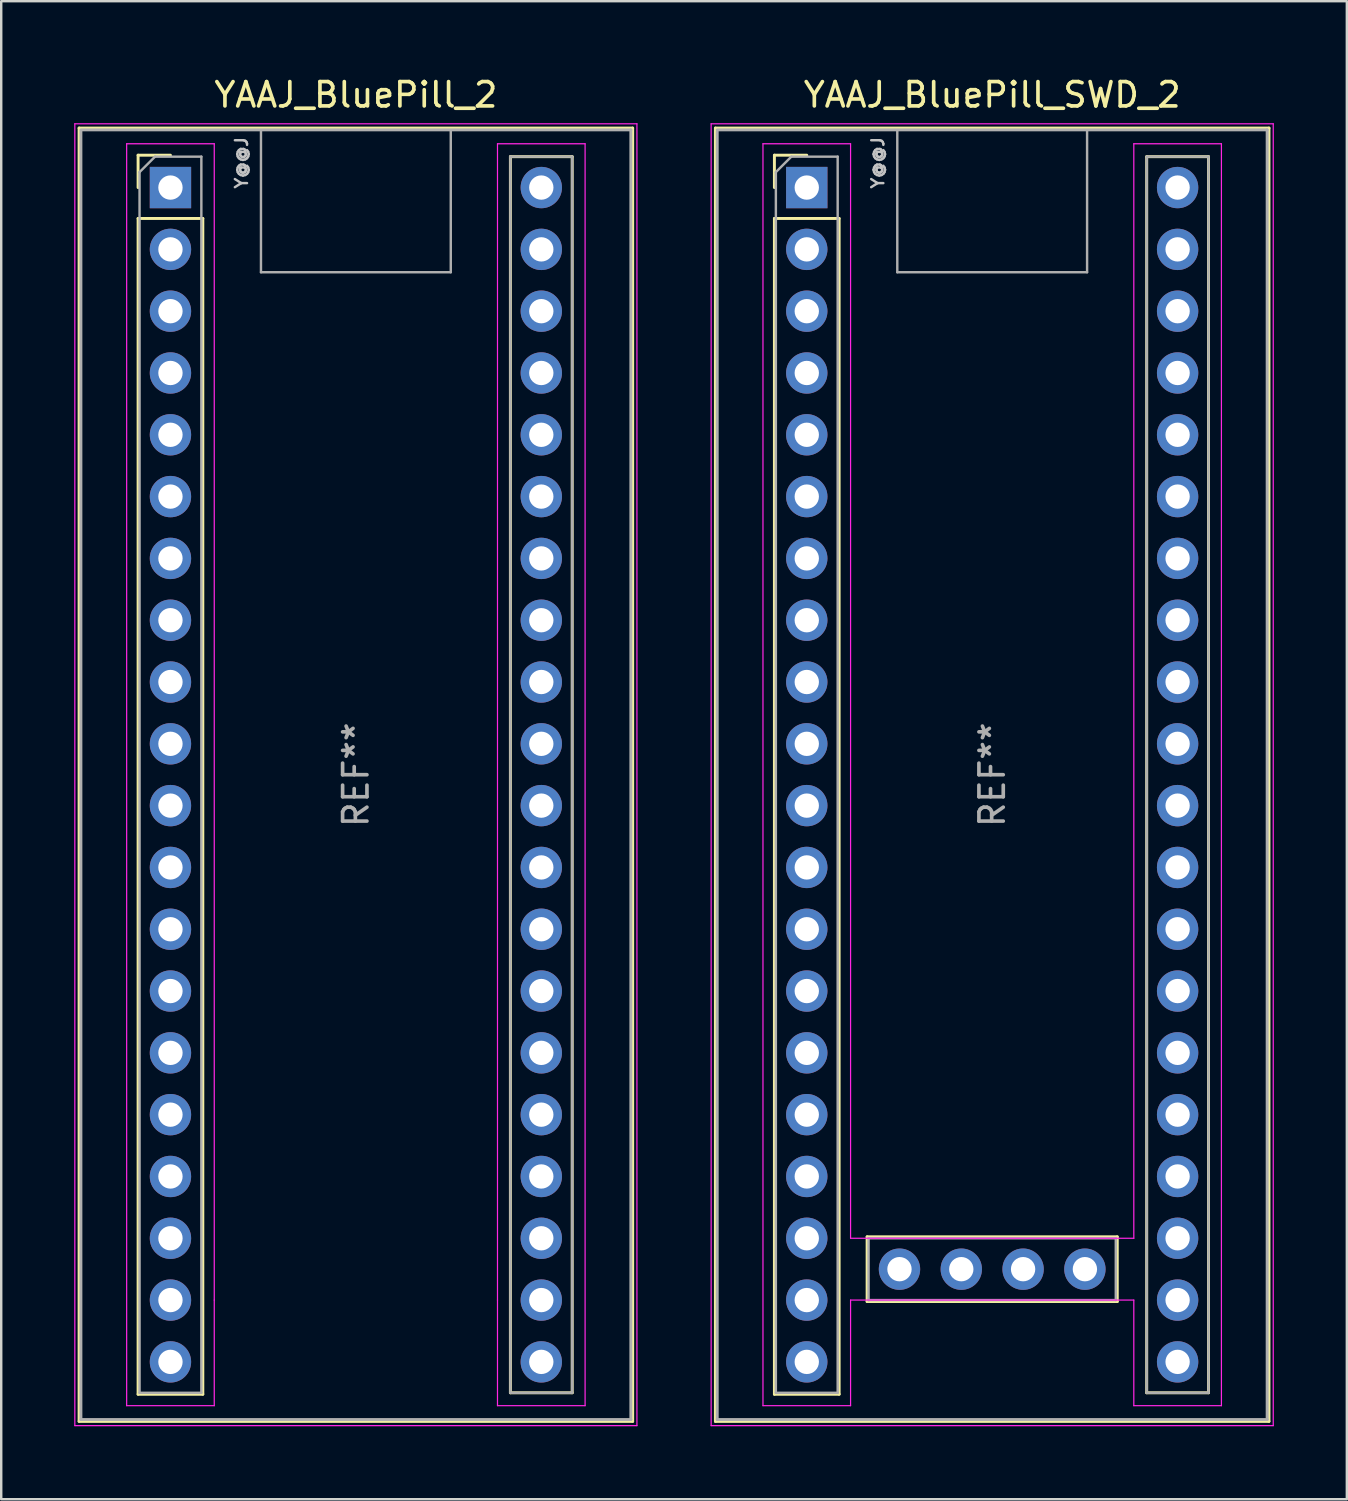
<source format=kicad_pcb>
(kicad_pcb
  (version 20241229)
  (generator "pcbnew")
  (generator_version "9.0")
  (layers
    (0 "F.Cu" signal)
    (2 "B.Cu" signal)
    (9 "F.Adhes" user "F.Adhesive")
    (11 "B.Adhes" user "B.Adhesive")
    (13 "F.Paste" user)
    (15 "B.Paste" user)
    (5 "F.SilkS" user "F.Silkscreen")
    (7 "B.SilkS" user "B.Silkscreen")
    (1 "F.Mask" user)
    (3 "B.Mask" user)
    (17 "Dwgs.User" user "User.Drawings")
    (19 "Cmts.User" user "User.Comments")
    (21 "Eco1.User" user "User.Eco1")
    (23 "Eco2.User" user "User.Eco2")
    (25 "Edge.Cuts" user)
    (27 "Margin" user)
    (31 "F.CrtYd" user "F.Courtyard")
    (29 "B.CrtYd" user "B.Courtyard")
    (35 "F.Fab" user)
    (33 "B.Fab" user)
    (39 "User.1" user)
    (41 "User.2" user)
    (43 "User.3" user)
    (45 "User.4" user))
  (footprint "YAAJ_BluePill_SWD_2"
    (layer "F.Cu")
    (at 30.105 4.658)
    (property "Reference" "YAAJ_BluePill_SWD_2" (at 7.62 -3.81 0) (layer "F.SilkS") (effects (font (size 1 1) (thickness 0.15))))
    (attr through_hole)
    (fp_line (start -3.755 -2.445) (end 18.995 -2.445) (stroke (width 0.12) (type solid)) (layer "F.SilkS"))
    (fp_line (start -3.755 50.705) (end -3.755 -2.445) (stroke (width 0.12) (type solid)) (layer "F.SilkS"))
    (fp_line (start -1.33 -1.33) (end 0 -1.33) (stroke (width 0.12) (type solid)) (layer "F.SilkS"))
    (fp_line (start -1.33 0) (end -1.33 -1.33) (stroke (width 0.12) (type solid)) (layer "F.SilkS"))
    (fp_line (start -1.33 1.27) (end 1.33 1.27) (stroke (width 0.12) (type solid)) (layer "F.SilkS"))
    (fp_line (start -1.33 49.59) (end -1.33 1.27) (stroke (width 0.12) (type solid)) (layer "F.SilkS"))
    (fp_line (start 1.33 1.27) (end 1.33 49.59) (stroke (width 0.12) (type solid)) (layer "F.SilkS"))
    (fp_line (start 1.33 49.59) (end -1.33 49.59) (stroke (width 0.12) (type solid)) (layer "F.SilkS"))
    (fp_line (start 2.48 43.12) (end 2.48 45.78) (stroke (width 0.12) (type solid)) (layer "F.SilkS"))
    (fp_line (start 2.48 45.78) (end 12.76 45.78) (stroke (width 0.12) (type solid)) (layer "F.SilkS"))
    (fp_line (start 12.76 43.12) (end 2.48 43.12) (stroke (width 0.12) (type solid)) (layer "F.SilkS"))
    (fp_line (start 12.76 45.78) (end 12.76 43.12) (stroke (width 0.12) (type solid)) (layer "F.SilkS"))
    (fp_line (start 13.97 -1.27) (end 16.51 -1.27) (stroke (width 0.12) (type solid)) (layer "F.SilkS"))
    (fp_line (start 13.97 49.53) (end 13.97 -1.27) (stroke (width 0.12) (type solid)) (layer "F.SilkS"))
    (fp_line (start 16.51 -1.27) (end 16.51 49.53) (stroke (width 0.12) (type solid)) (layer "F.SilkS"))
    (fp_line (start 16.51 49.53) (end 13.97 49.53) (stroke (width 0.12) (type solid)) (layer "F.SilkS"))
    (fp_line (start 18.995 -2.445) (end 18.995 50.705) (stroke (width 0.12) (type solid)) (layer "F.SilkS"))
    (fp_line (start 18.995 50.705) (end -3.755 50.705) (stroke (width 0.12) (type solid)) (layer "F.SilkS"))
    (fp_line (start -3.93 -2.62) (end 19.17 -2.62) (stroke (width 0.05) (type solid)) (layer "F.CrtYd"))
    (fp_line (start -3.93 50.88) (end -3.93 -2.62) (stroke (width 0.05) (type solid)) (layer "F.CrtYd"))
    (fp_line (start -1.8 -1.8) (end -1.8 50.06) (stroke (width 0.05) (type solid)) (layer "F.CrtYd"))
    (fp_line (start -1.8 50.06) (end 1.8 50.06) (stroke (width 0.05) (type solid)) (layer "F.CrtYd"))
    (fp_line (start 1.8 -1.8) (end -1.8 -1.8) (stroke (width 0.05) (type solid)) (layer "F.CrtYd"))
    (fp_line (start 1.8 -1.8) (end 1.8 43.18) (stroke (width 0.05) (type solid)) (layer "F.CrtYd"))
    (fp_line (start 1.8 43.18) (end 13.44 43.18) (stroke (width 0.05) (type solid)) (layer "F.CrtYd"))
    (fp_line (start 1.8 45.72) (end 1.8 50.06) (stroke (width 0.05) (type solid)) (layer "F.CrtYd"))
    (fp_line (start 13.44 -1.8) (end 13.44 43.18) (stroke (width 0.05) (type solid)) (layer "F.CrtYd"))
    (fp_line (start 13.44 -1.8) (end 17.04 -1.8) (stroke (width 0.05) (type solid)) (layer "F.CrtYd"))
    (fp_line (start 13.44 45.72) (end 1.8 45.72) (stroke (width 0.05) (type solid)) (layer "F.CrtYd"))
    (fp_line (start 13.44 45.72) (end 13.44 50.06) (stroke (width 0.05) (type solid)) (layer "F.CrtYd"))
    (fp_line (start 17.04 -1.8) (end 17.04 50.06) (stroke (width 0.05) (type solid)) (layer "F.CrtYd"))
    (fp_line (start 17.04 50.06) (end 13.44 50.06) (stroke (width 0.05) (type solid)) (layer "F.CrtYd"))
    (fp_line (start 19.17 -2.62) (end 19.17 50.88) (stroke (width 0.05) (type solid)) (layer "F.CrtYd"))
    (fp_line (start 19.17 50.88) (end -3.93 50.88) (stroke (width 0.05) (type solid)) (layer "F.CrtYd"))
    (fp_line (start -3.68 -2.37) (end 18.92 -2.37) (stroke (width 0.12) (type solid)) (layer "F.Fab"))
    (fp_line (start -3.68 50.63) (end -3.68 -2.32) (stroke (width 0.12) (type solid)) (layer "F.Fab"))
    (fp_line (start -3.68 50.63) (end 18.92 50.63) (stroke (width 0.12) (type solid)) (layer "F.Fab"))
    (fp_line (start -1.27 -0.635) (end -0.635 -1.27) (stroke (width 0.1) (type solid)) (layer "F.Fab"))
    (fp_line (start -1.27 49.53) (end -1.27 -0.635) (stroke (width 0.1) (type solid)) (layer "F.Fab"))
    (fp_line (start -0.635 -1.27) (end 1.27 -1.27) (stroke (width 0.1) (type solid)) (layer "F.Fab"))
    (fp_line (start 1.27 -1.27) (end 1.27 49.53) (stroke (width 0.1) (type solid)) (layer "F.Fab"))
    (fp_line (start 1.27 49.53) (end -1.27 49.53) (stroke (width 0.1) (type solid)) (layer "F.Fab"))
    (fp_line (start 2.54 43.18) (end 12.7 43.18) (stroke (width 0.1) (type solid)) (layer "F.Fab"))
    (fp_line (start 2.54 45.72) (end 2.54 43.18) (stroke (width 0.1) (type solid)) (layer "F.Fab"))
    (fp_line (start 3.72 3.48) (end 3.72 -2.32) (stroke (width 0.1) (type solid)) (layer "F.Fab"))
    (fp_line (start 3.72 3.48) (end 11.52 3.48) (stroke (width 0.1) (type solid)) (layer "F.Fab"))
    (fp_line (start 11.52 3.48) (end 11.52 -2.32) (stroke (width 0.1) (type solid)) (layer "F.Fab"))
    (fp_line (start 12.7 43.18) (end 12.7 45.72) (stroke (width 0.1) (type solid)) (layer "F.Fab"))
    (fp_line (start 12.7 45.72) (end 2.54 45.72) (stroke (width 0.1) (type solid)) (layer "F.Fab"))
    (fp_line (start 13.97 -1.27) (end 16.51 -1.27) (stroke (width 0.1) (type solid)) (layer "F.Fab"))
    (fp_line (start 13.97 49.53) (end 13.97 -1.27) (stroke (width 0.1) (type solid)) (layer "F.Fab"))
    (fp_line (start 16.51 -1.27) (end 16.51 49.53) (stroke (width 0.1) (type solid)) (layer "F.Fab"))
    (fp_line (start 16.51 49.53) (end 13.97 49.53) (stroke (width 0.1) (type solid)) (layer "F.Fab"))
    (fp_line (start 18.92 -2.37) (end 18.92 50.63) (stroke (width 0.12) (type solid)) (layer "F.Fab"))
    (fp_text user "Y@@J" (at 2.921 -1.016 90) (unlocked yes) (layer "Dwgs.User") (effects (font (size 0.5 0.5) (thickness 0.1))))
    (fp_text user "REF**" (at 7.62 24.13 90) (layer "F.Fab") (effects (font (size 1 1) (thickness 0.15))))
    (pad "1" thru_hole rect (at 0 0) (size 1.7 1.7) (drill 1) (layers "*.Cu" "*.Mask"))
    (pad "2" thru_hole circle (at 0 2.54) (size 1.7 1.7) (drill 1) (layers "*.Cu" "*.Mask"))
    (pad "3" thru_hole circle (at 0 5.08) (size 1.7 1.7) (drill 1) (layers "*.Cu" "*.Mask"))
    (pad "4" thru_hole circle (at 0 7.62) (size 1.7 1.7) (drill 1) (layers "*.Cu" "*.Mask"))
    (pad "5" thru_hole circle (at 0 10.16) (size 1.7 1.7) (drill 1) (layers "*.Cu" "*.Mask"))
    (pad "6" thru_hole circle (at 0 12.7) (size 1.7 1.7) (drill 1) (layers "*.Cu" "*.Mask"))
    (pad "7" thru_hole circle (at 0 15.24) (size 1.7 1.7) (drill 1) (layers "*.Cu" "*.Mask"))
    (pad "8" thru_hole circle (at 0 17.78) (size 1.7 1.7) (drill 1) (layers "*.Cu" "*.Mask"))
    (pad "9" thru_hole circle (at 0 20.32) (size 1.7 1.7) (drill 1) (layers "*.Cu" "*.Mask"))
    (pad "10" thru_hole circle (at 0 22.86) (size 1.7 1.7) (drill 1) (layers "*.Cu" "*.Mask"))
    (pad "11" thru_hole circle (at 0 25.4) (size 1.7 1.7) (drill 1) (layers "*.Cu" "*.Mask"))
    (pad "12" thru_hole circle (at 0 27.94) (size 1.7 1.7) (drill 1) (layers "*.Cu" "*.Mask"))
    (pad "13" thru_hole circle (at 0 30.48) (size 1.7 1.7) (drill 1) (layers "*.Cu" "*.Mask"))
    (pad "14" thru_hole circle (at 0 33.02) (size 1.7 1.7) (drill 1) (layers "*.Cu" "*.Mask"))
    (pad "15" thru_hole circle (at 0 35.56) (size 1.7 1.7) (drill 1) (layers "*.Cu" "*.Mask"))
    (pad "16" thru_hole circle (at 0 38.1) (size 1.7 1.7) (drill 1) (layers "*.Cu" "*.Mask"))
    (pad "17" thru_hole circle (at 0 40.64) (size 1.7 1.7) (drill 1) (layers "*.Cu" "*.Mask"))
    (pad "18" thru_hole circle (at 0 43.18) (size 1.7 1.7) (drill 1) (layers "*.Cu" "*.Mask"))
    (pad "19" thru_hole circle (at 0 45.72) (size 1.7 1.7) (drill 1) (layers "*.Cu" "*.Mask"))
    (pad "20" thru_hole circle (at 0 48.26) (size 1.7 1.7) (drill 1) (layers "*.Cu" "*.Mask"))
    (pad "21" thru_hole circle (at 15.24 48.26) (size 1.7 1.7) (drill 1) (layers "*.Cu" "*.Mask"))
    (pad "22" thru_hole circle (at 15.24 45.72) (size 1.7 1.7) (drill 1) (layers "*.Cu" "*.Mask"))
    (pad "23" thru_hole circle (at 15.24 43.18) (size 1.7 1.7) (drill 1) (layers "*.Cu" "*.Mask"))
    (pad "24" thru_hole circle (at 15.24 40.64) (size 1.7 1.7) (drill 1) (layers "*.Cu" "*.Mask"))
    (pad "25" thru_hole circle (at 15.24 38.1) (size 1.7 1.7) (drill 1) (layers "*.Cu" "*.Mask"))
    (pad "26" thru_hole circle (at 15.24 35.56) (size 1.7 1.7) (drill 1) (layers "*.Cu" "*.Mask"))
    (pad "27" thru_hole circle (at 15.24 33.02) (size 1.7 1.7) (drill 1) (layers "*.Cu" "*.Mask"))
    (pad "28" thru_hole circle (at 15.24 30.48) (size 1.7 1.7) (drill 1) (layers "*.Cu" "*.Mask"))
    (pad "29" thru_hole circle (at 15.24 27.94) (size 1.7 1.7) (drill 1) (layers "*.Cu" "*.Mask"))
    (pad "30" thru_hole circle (at 15.24 25.4) (size 1.7 1.7) (drill 1) (layers "*.Cu" "*.Mask"))
    (pad "31" thru_hole circle (at 15.24 22.86) (size 1.7 1.7) (drill 1) (layers "*.Cu" "*.Mask"))
    (pad "32" thru_hole circle (at 15.24 20.32) (size 1.7 1.7) (drill 1) (layers "*.Cu" "*.Mask"))
    (pad "33" thru_hole circle (at 15.24 17.78) (size 1.7 1.7) (drill 1) (layers "*.Cu" "*.Mask"))
    (pad "34" thru_hole circle (at 15.24 15.24) (size 1.7 1.7) (drill 1) (layers "*.Cu" "*.Mask"))
    (pad "35" thru_hole circle (at 15.24 12.7) (size 1.7 1.7) (drill 1) (layers "*.Cu" "*.Mask"))
    (pad "36" thru_hole circle (at 15.24 10.16) (size 1.7 1.7) (drill 1) (layers "*.Cu" "*.Mask"))
    (pad "37" thru_hole circle (at 15.24 7.62) (size 1.7 1.7) (drill 1) (layers "*.Cu" "*.Mask"))
    (pad "38" thru_hole circle (at 15.24 5.08) (size 1.7 1.7) (drill 1) (layers "*.Cu" "*.Mask"))
    (pad "39" thru_hole circle (at 15.24 2.54) (size 1.7 1.7) (drill 1) (layers "*.Cu" "*.Mask"))
    (pad "40" thru_hole circle (at 15.24 0) (size 1.7 1.7) (drill 1) (layers "*.Cu" "*.Mask"))
    (pad "41" thru_hole circle (at 11.43 44.45) (size 1.7 1.7) (drill 1) (layers "*.Cu" "*.Mask"))
    (pad "42" thru_hole circle (at 8.89 44.45) (size 1.7 1.7) (drill 1) (layers "*.Cu" "*.Mask"))
    (pad "43" thru_hole circle (at 6.35 44.45) (size 1.7 1.7) (drill 1) (layers "*.Cu" "*.Mask"))
    (pad "44" thru_hole circle (at 3.81 44.45) (size 1.7 1.7) (drill 1) (layers "*.Cu" "*.Mask")))
  (footprint "YAAJ_BluePill_2"
    (layer "F.Cu")
    (at 3.955 4.658)
    (property "Reference" "YAAJ_BluePill_2" (at 7.62 -3.81 0) (layer "F.SilkS") (effects (font (size 1 1) (thickness 0.15))))
    (attr through_hole)
    (fp_line (start -3.755 -2.445) (end 18.995 -2.445) (stroke (width 0.12) (type solid)) (layer "F.SilkS"))
    (fp_line (start -3.755 50.705) (end -3.755 -2.445) (stroke (width 0.12) (type solid)) (layer "F.SilkS"))
    (fp_line (start -1.33 -1.33) (end 0 -1.33) (stroke (width 0.12) (type solid)) (layer "F.SilkS"))
    (fp_line (start -1.33 0) (end -1.33 -1.33) (stroke (width 0.12) (type solid)) (layer "F.SilkS"))
    (fp_line (start -1.33 1.27) (end 1.33 1.27) (stroke (width 0.12) (type solid)) (layer "F.SilkS"))
    (fp_line (start -1.33 49.59) (end -1.33 1.27) (stroke (width 0.12) (type solid)) (layer "F.SilkS"))
    (fp_line (start 1.33 1.27) (end 1.33 49.59) (stroke (width 0.12) (type solid)) (layer "F.SilkS"))
    (fp_line (start 1.33 49.59) (end -1.33 49.59) (stroke (width 0.12) (type solid)) (layer "F.SilkS"))
    (fp_line (start 13.97 -1.27) (end 16.51 -1.27) (stroke (width 0.12) (type solid)) (layer "F.SilkS"))
    (fp_line (start 13.97 49.53) (end 13.97 -1.27) (stroke (width 0.12) (type solid)) (layer "F.SilkS"))
    (fp_line (start 16.51 -1.27) (end 16.51 49.53) (stroke (width 0.12) (type solid)) (layer "F.SilkS"))
    (fp_line (start 16.51 49.53) (end 13.97 49.53) (stroke (width 0.12) (type solid)) (layer "F.SilkS"))
    (fp_line (start 18.995 -2.445) (end 18.995 50.705) (stroke (width 0.12) (type solid)) (layer "F.SilkS"))
    (fp_line (start 18.995 50.705) (end -3.755 50.705) (stroke (width 0.12) (type solid)) (layer "F.SilkS"))
    (fp_line (start -3.93 -2.62) (end 19.17 -2.62) (stroke (width 0.05) (type solid)) (layer "F.CrtYd"))
    (fp_line (start -3.93 50.88) (end -3.93 -2.62) (stroke (width 0.05) (type solid)) (layer "F.CrtYd"))
    (fp_line (start -1.8 -1.8) (end -1.8 50.06) (stroke (width 0.05) (type solid)) (layer "F.CrtYd"))
    (fp_line (start -1.8 50.06) (end 1.8 50.06) (stroke (width 0.05) (type solid)) (layer "F.CrtYd"))
    (fp_line (start 1.8 -1.8) (end -1.8 -1.8) (stroke (width 0.05) (type solid)) (layer "F.CrtYd"))
    (fp_line (start 1.8 -1.8) (end 1.8 45.72) (stroke (width 0.05) (type solid)) (layer "F.CrtYd"))
    (fp_line (start 1.8 45.72) (end 1.8 50.06) (stroke (width 0.05) (type solid)) (layer "F.CrtYd"))
    (fp_line (start 13.44 -1.8) (end 13.44 45.72) (stroke (width 0.05) (type solid)) (layer "F.CrtYd"))
    (fp_line (start 13.44 -1.8) (end 17.04 -1.8) (stroke (width 0.05) (type solid)) (layer "F.CrtYd"))
    (fp_line (start 13.44 45.72) (end 13.44 50.06) (stroke (width 0.05) (type solid)) (layer "F.CrtYd"))
    (fp_line (start 17.04 -1.8) (end 17.04 50.06) (stroke (width 0.05) (type solid)) (layer "F.CrtYd"))
    (fp_line (start 17.04 50.06) (end 13.44 50.06) (stroke (width 0.05) (type solid)) (layer "F.CrtYd"))
    (fp_line (start 19.17 -2.62) (end 19.17 50.88) (stroke (width 0.05) (type solid)) (layer "F.CrtYd"))
    (fp_line (start 19.17 50.88) (end -3.93 50.88) (stroke (width 0.05) (type solid)) (layer "F.CrtYd"))
    (fp_line (start -3.68 -2.37) (end 18.92 -2.37) (stroke (width 0.12) (type solid)) (layer "F.Fab"))
    (fp_line (start -3.68 50.63) (end -3.68 -2.32) (stroke (width 0.12) (type solid)) (layer "F.Fab"))
    (fp_line (start -3.68 50.63) (end 18.92 50.63) (stroke (width 0.12) (type solid)) (layer "F.Fab"))
    (fp_line (start -1.27 -0.635) (end -0.635 -1.27) (stroke (width 0.1) (type solid)) (layer "F.Fab"))
    (fp_line (start -1.27 49.53) (end -1.27 -0.635) (stroke (width 0.1) (type solid)) (layer "F.Fab"))
    (fp_line (start -0.635 -1.27) (end 1.27 -1.27) (stroke (width 0.1) (type solid)) (layer "F.Fab"))
    (fp_line (start 1.27 -1.27) (end 1.27 49.53) (stroke (width 0.1) (type solid)) (layer "F.Fab"))
    (fp_line (start 1.27 49.53) (end -1.27 49.53) (stroke (width 0.1) (type solid)) (layer "F.Fab"))
    (fp_line (start 3.72 3.48) (end 3.72 -2.32) (stroke (width 0.1) (type solid)) (layer "F.Fab"))
    (fp_line (start 3.72 3.48) (end 11.52 3.48) (stroke (width 0.1) (type solid)) (layer "F.Fab"))
    (fp_line (start 11.52 3.48) (end 11.52 -2.32) (stroke (width 0.1) (type solid)) (layer "F.Fab"))
    (fp_line (start 13.97 -1.27) (end 16.51 -1.27) (stroke (width 0.1) (type solid)) (layer "F.Fab"))
    (fp_line (start 13.97 49.53) (end 13.97 -1.27) (stroke (width 0.1) (type solid)) (layer "F.Fab"))
    (fp_line (start 16.51 -1.27) (end 16.51 49.53) (stroke (width 0.1) (type solid)) (layer "F.Fab"))
    (fp_line (start 16.51 49.53) (end 13.97 49.53) (stroke (width 0.1) (type solid)) (layer "F.Fab"))
    (fp_line (start 18.92 -2.37) (end 18.92 50.63) (stroke (width 0.12) (type solid)) (layer "F.Fab"))
    (fp_text user "Y@@J" (at 2.921 -1.016 90) (unlocked yes) (layer "Dwgs.User") (effects (font (size 0.5 0.5) (thickness 0.1))))
    (fp_text user "REF**" (at 7.62 24.13 90) (layer "F.Fab") (effects (font (size 1 1) (thickness 0.15))))
    (pad "1" thru_hole rect (at 0 0) (size 1.7 1.7) (drill 1) (layers "*.Cu" "*.Mask"))
    (pad "2" thru_hole circle (at 0 2.54) (size 1.7 1.7) (drill 1) (layers "*.Cu" "*.Mask"))
    (pad "3" thru_hole circle (at 0 5.08) (size 1.7 1.7) (drill 1) (layers "*.Cu" "*.Mask"))
    (pad "4" thru_hole circle (at 0 7.62) (size 1.7 1.7) (drill 1) (layers "*.Cu" "*.Mask"))
    (pad "5" thru_hole circle (at 0 10.16) (size 1.7 1.7) (drill 1) (layers "*.Cu" "*.Mask"))
    (pad "6" thru_hole circle (at 0 12.7) (size 1.7 1.7) (drill 1) (layers "*.Cu" "*.Mask"))
    (pad "7" thru_hole circle (at 0 15.24) (size 1.7 1.7) (drill 1) (layers "*.Cu" "*.Mask"))
    (pad "8" thru_hole circle (at 0 17.78) (size 1.7 1.7) (drill 1) (layers "*.Cu" "*.Mask"))
    (pad "9" thru_hole circle (at 0 20.32) (size 1.7 1.7) (drill 1) (layers "*.Cu" "*.Mask"))
    (pad "10" thru_hole circle (at 0 22.86) (size 1.7 1.7) (drill 1) (layers "*.Cu" "*.Mask"))
    (pad "11" thru_hole circle (at 0 25.4) (size 1.7 1.7) (drill 1) (layers "*.Cu" "*.Mask"))
    (pad "12" thru_hole circle (at 0 27.94) (size 1.7 1.7) (drill 1) (layers "*.Cu" "*.Mask"))
    (pad "13" thru_hole circle (at 0 30.48) (size 1.7 1.7) (drill 1) (layers "*.Cu" "*.Mask"))
    (pad "14" thru_hole circle (at 0 33.02) (size 1.7 1.7) (drill 1) (layers "*.Cu" "*.Mask"))
    (pad "15" thru_hole circle (at 0 35.56) (size 1.7 1.7) (drill 1) (layers "*.Cu" "*.Mask"))
    (pad "16" thru_hole circle (at 0 38.1) (size 1.7 1.7) (drill 1) (layers "*.Cu" "*.Mask"))
    (pad "17" thru_hole circle (at 0 40.64) (size 1.7 1.7) (drill 1) (layers "*.Cu" "*.Mask"))
    (pad "18" thru_hole circle (at 0 43.18) (size 1.7 1.7) (drill 1) (layers "*.Cu" "*.Mask"))
    (pad "19" thru_hole circle (at 0 45.72) (size 1.7 1.7) (drill 1) (layers "*.Cu" "*.Mask"))
    (pad "20" thru_hole circle (at 0 48.26) (size 1.7 1.7) (drill 1) (layers "*.Cu" "*.Mask"))
    (pad "21" thru_hole circle (at 15.24 48.26) (size 1.7 1.7) (drill 1) (layers "*.Cu" "*.Mask"))
    (pad "22" thru_hole circle (at 15.24 45.72) (size 1.7 1.7) (drill 1) (layers "*.Cu" "*.Mask"))
    (pad "23" thru_hole circle (at 15.24 43.18) (size 1.7 1.7) (drill 1) (layers "*.Cu" "*.Mask"))
    (pad "24" thru_hole circle (at 15.24 40.64) (size 1.7 1.7) (drill 1) (layers "*.Cu" "*.Mask"))
    (pad "25" thru_hole circle (at 15.24 38.1) (size 1.7 1.7) (drill 1) (layers "*.Cu" "*.Mask"))
    (pad "26" thru_hole circle (at 15.24 35.56) (size 1.7 1.7) (drill 1) (layers "*.Cu" "*.Mask"))
    (pad "27" thru_hole circle (at 15.24 33.02) (size 1.7 1.7) (drill 1) (layers "*.Cu" "*.Mask"))
    (pad "28" thru_hole circle (at 15.24 30.48) (size 1.7 1.7) (drill 1) (layers "*.Cu" "*.Mask"))
    (pad "29" thru_hole circle (at 15.24 27.94) (size 1.7 1.7) (drill 1) (layers "*.Cu" "*.Mask"))
    (pad "30" thru_hole circle (at 15.24 25.4) (size 1.7 1.7) (drill 1) (layers "*.Cu" "*.Mask"))
    (pad "31" thru_hole circle (at 15.24 22.86) (size 1.7 1.7) (drill 1) (layers "*.Cu" "*.Mask"))
    (pad "32" thru_hole circle (at 15.24 20.32) (size 1.7 1.7) (drill 1) (layers "*.Cu" "*.Mask"))
    (pad "33" thru_hole circle (at 15.24 17.78) (size 1.7 1.7) (drill 1) (layers "*.Cu" "*.Mask"))
    (pad "34" thru_hole circle (at 15.24 15.24) (size 1.7 1.7) (drill 1) (layers "*.Cu" "*.Mask"))
    (pad "35" thru_hole circle (at 15.24 12.7) (size 1.7 1.7) (drill 1) (layers "*.Cu" "*.Mask"))
    (pad "36" thru_hole circle (at 15.24 10.16) (size 1.7 1.7) (drill 1) (layers "*.Cu" "*.Mask"))
    (pad "37" thru_hole circle (at 15.24 7.62) (size 1.7 1.7) (drill 1) (layers "*.Cu" "*.Mask"))
    (pad "38" thru_hole circle (at 15.24 5.08) (size 1.7 1.7) (drill 1) (layers "*.Cu" "*.Mask"))
    (pad "39" thru_hole circle (at 15.24 2.54) (size 1.7 1.7) (drill 1) (layers "*.Cu" "*.Mask"))
    (pad "40" thru_hole circle (at 15.24 0) (size 1.7 1.7) (drill 1) (layers "*.Cu" "*.Mask")))
  (gr_rect
    (start -3 -3)
    (end 52.3 58.563)
    (stroke (width 0.1) (type default))
    (fill no)
    (layer "Edge.Cuts")))
</source>
